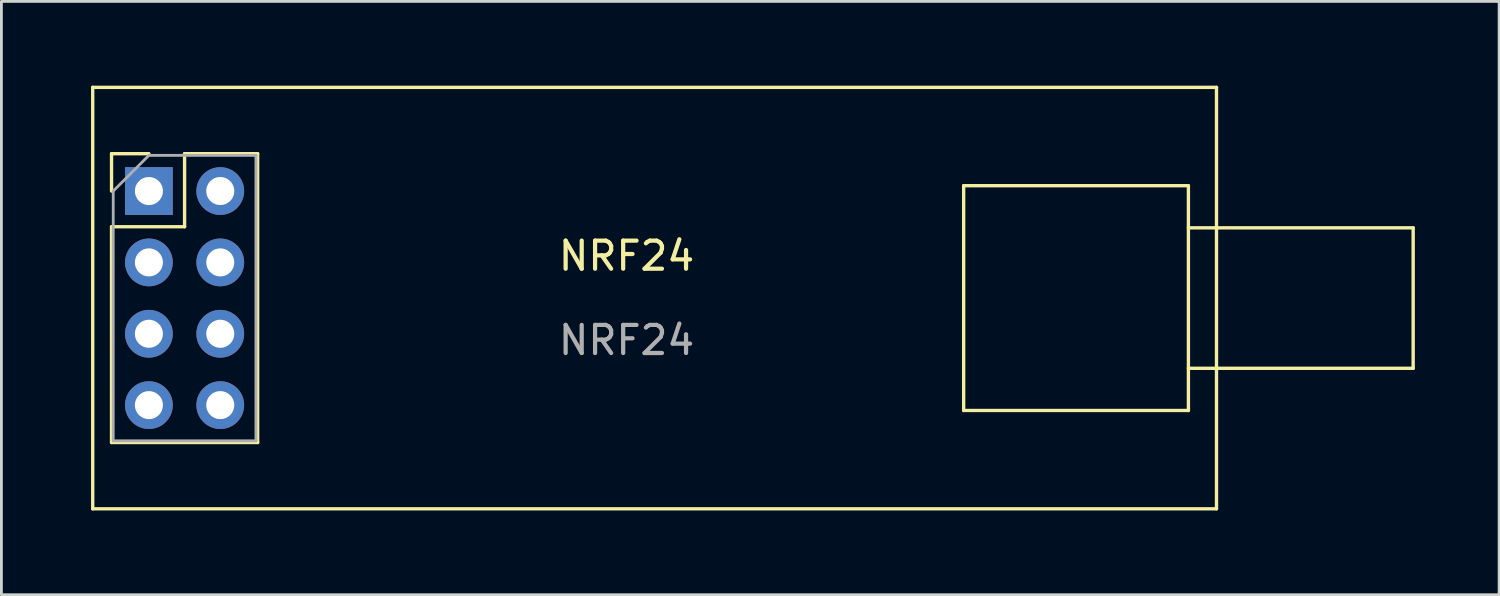
<source format=kicad_pcb>
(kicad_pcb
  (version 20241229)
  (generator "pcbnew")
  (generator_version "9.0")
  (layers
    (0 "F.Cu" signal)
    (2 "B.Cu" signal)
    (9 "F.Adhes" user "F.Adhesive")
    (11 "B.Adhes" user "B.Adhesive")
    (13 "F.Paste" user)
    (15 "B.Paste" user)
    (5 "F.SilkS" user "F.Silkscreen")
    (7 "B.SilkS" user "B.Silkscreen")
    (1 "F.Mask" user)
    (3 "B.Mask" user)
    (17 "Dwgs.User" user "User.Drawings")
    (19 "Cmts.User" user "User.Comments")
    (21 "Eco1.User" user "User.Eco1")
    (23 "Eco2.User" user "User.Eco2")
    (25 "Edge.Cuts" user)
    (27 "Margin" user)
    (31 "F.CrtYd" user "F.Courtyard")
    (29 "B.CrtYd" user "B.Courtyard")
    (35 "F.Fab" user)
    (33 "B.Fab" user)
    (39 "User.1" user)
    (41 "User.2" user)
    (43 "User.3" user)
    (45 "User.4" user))
  (footprint "NRF24"
    (layer "F.Cu")
    (at 0.25 7.56)
    (property "Reference" "NRF24" (at 19 -1.5 0) (unlocked yes) (layer "F.SilkS") (effects (font (size 1 1) (thickness 0.15))))
    (attr through_hole)
    (fp_line (start 0 -7.5) (end 40 -7.5) (stroke (width 0.12) (type solid)) (layer "F.SilkS"))
    (fp_line (start 0 7.5) (end 0 -7.5) (stroke (width 0.12) (type solid)) (layer "F.SilkS"))
    (fp_line (start 0.67 -5.14) (end 2 -5.14) (stroke (width 0.12) (type solid)) (layer "F.SilkS"))
    (fp_line (start 0.67 -3.81) (end 0.67 -5.14) (stroke (width 0.12) (type solid)) (layer "F.SilkS"))
    (fp_line (start 0.67 -2.54) (end 0.67 5.14) (stroke (width 0.12) (type solid)) (layer "F.SilkS"))
    (fp_line (start 0.67 -2.54) (end 3.27 -2.54) (stroke (width 0.12) (type solid)) (layer "F.SilkS"))
    (fp_line (start 0.67 5.14) (end 5.87 5.14) (stroke (width 0.12) (type solid)) (layer "F.SilkS"))
    (fp_line (start 3.27 -5.14) (end 5.87 -5.14) (stroke (width 0.12) (type solid)) (layer "F.SilkS"))
    (fp_line (start 3.27 -2.54) (end 3.27 -5.14) (stroke (width 0.12) (type solid)) (layer "F.SilkS"))
    (fp_line (start 5.87 -5.14) (end 5.87 5.14) (stroke (width 0.12) (type solid)) (layer "F.SilkS"))
    (fp_line (start 31 -4) (end 31 4) (stroke (width 0.12) (type solid)) (layer "F.SilkS"))
    (fp_line (start 31 4) (end 39 4) (stroke (width 0.12) (type solid)) (layer "F.SilkS"))
    (fp_line (start 39 -4) (end 31 -4) (stroke (width 0.12) (type solid)) (layer "F.SilkS"))
    (fp_line (start 39 -2.5) (end 47 -2.5) (stroke (width 0.12) (type solid)) (layer "F.SilkS"))
    (fp_line (start 39 4) (end 39 -4) (stroke (width 0.12) (type solid)) (layer "F.SilkS"))
    (fp_line (start 40 -7.5) (end 40 7.5) (stroke (width 0.12) (type solid)) (layer "F.SilkS"))
    (fp_line (start 40 7.5) (end 0 7.5) (stroke (width 0.12) (type solid)) (layer "F.SilkS"))
    (fp_line (start 47 -2.5) (end 47 2.5) (stroke (width 0.12) (type solid)) (layer "F.SilkS"))
    (fp_line (start 47 2.5) (end 39 2.5) (stroke (width 0.12) (type solid)) (layer "F.SilkS"))
    (fp_line (start 0.73 -3.81) (end 2 -5.08) (stroke (width 0.1) (type solid)) (layer "F.Fab"))
    (fp_line (start 0.73 5.08) (end 0.73 -3.81) (stroke (width 0.1) (type solid)) (layer "F.Fab"))
    (fp_line (start 2 -5.08) (end 5.81 -5.08) (stroke (width 0.1) (type solid)) (layer "F.Fab"))
    (fp_line (start 5.81 -5.08) (end 5.81 5.08) (stroke (width 0.1) (type solid)) (layer "F.Fab"))
    (fp_line (start 5.81 5.08) (end 0.73 5.08) (stroke (width 0.1) (type solid)) (layer "F.Fab"))
    (fp_text user "${REFERENCE}" (at 19 1.5 0) (unlocked yes) (layer "F.Fab") (effects (font (size 1 1) (thickness 0.15))))
    (pad "1" thru_hole rect (at 2 -3.81) (size 1.7 1.7) (drill 1) (layers "*.Cu" "*.Mask"))
    (pad "2" thru_hole oval (at 4.54 -3.81) (size 1.7 1.7) (drill 1) (layers "*.Cu" "*.Mask"))
    (pad "3" thru_hole oval (at 2 -1.27) (size 1.7 1.7) (drill 1) (layers "*.Cu" "*.Mask"))
    (pad "4" thru_hole oval (at 4.54 -1.27) (size 1.7 1.7) (drill 1) (layers "*.Cu" "*.Mask"))
    (pad "5" thru_hole oval (at 2 1.27) (size 1.7 1.7) (drill 1) (layers "*.Cu" "*.Mask"))
    (pad "6" thru_hole oval (at 4.54 1.27) (size 1.7 1.7) (drill 1) (layers "*.Cu" "*.Mask"))
    (pad "7" thru_hole oval (at 2 3.81) (size 1.7 1.7) (drill 1) (layers "*.Cu" "*.Mask"))
    (pad "8" thru_hole oval (at 4.54 3.81) (size 1.7 1.7) (drill 1) (layers "*.Cu" "*.Mask")))
  (gr_rect
    (start -3 -3)
    (end 50.31 18.12)
    (stroke (width 0.1) (type default))
    (fill no)
    (layer "Edge.Cuts")))
</source>
